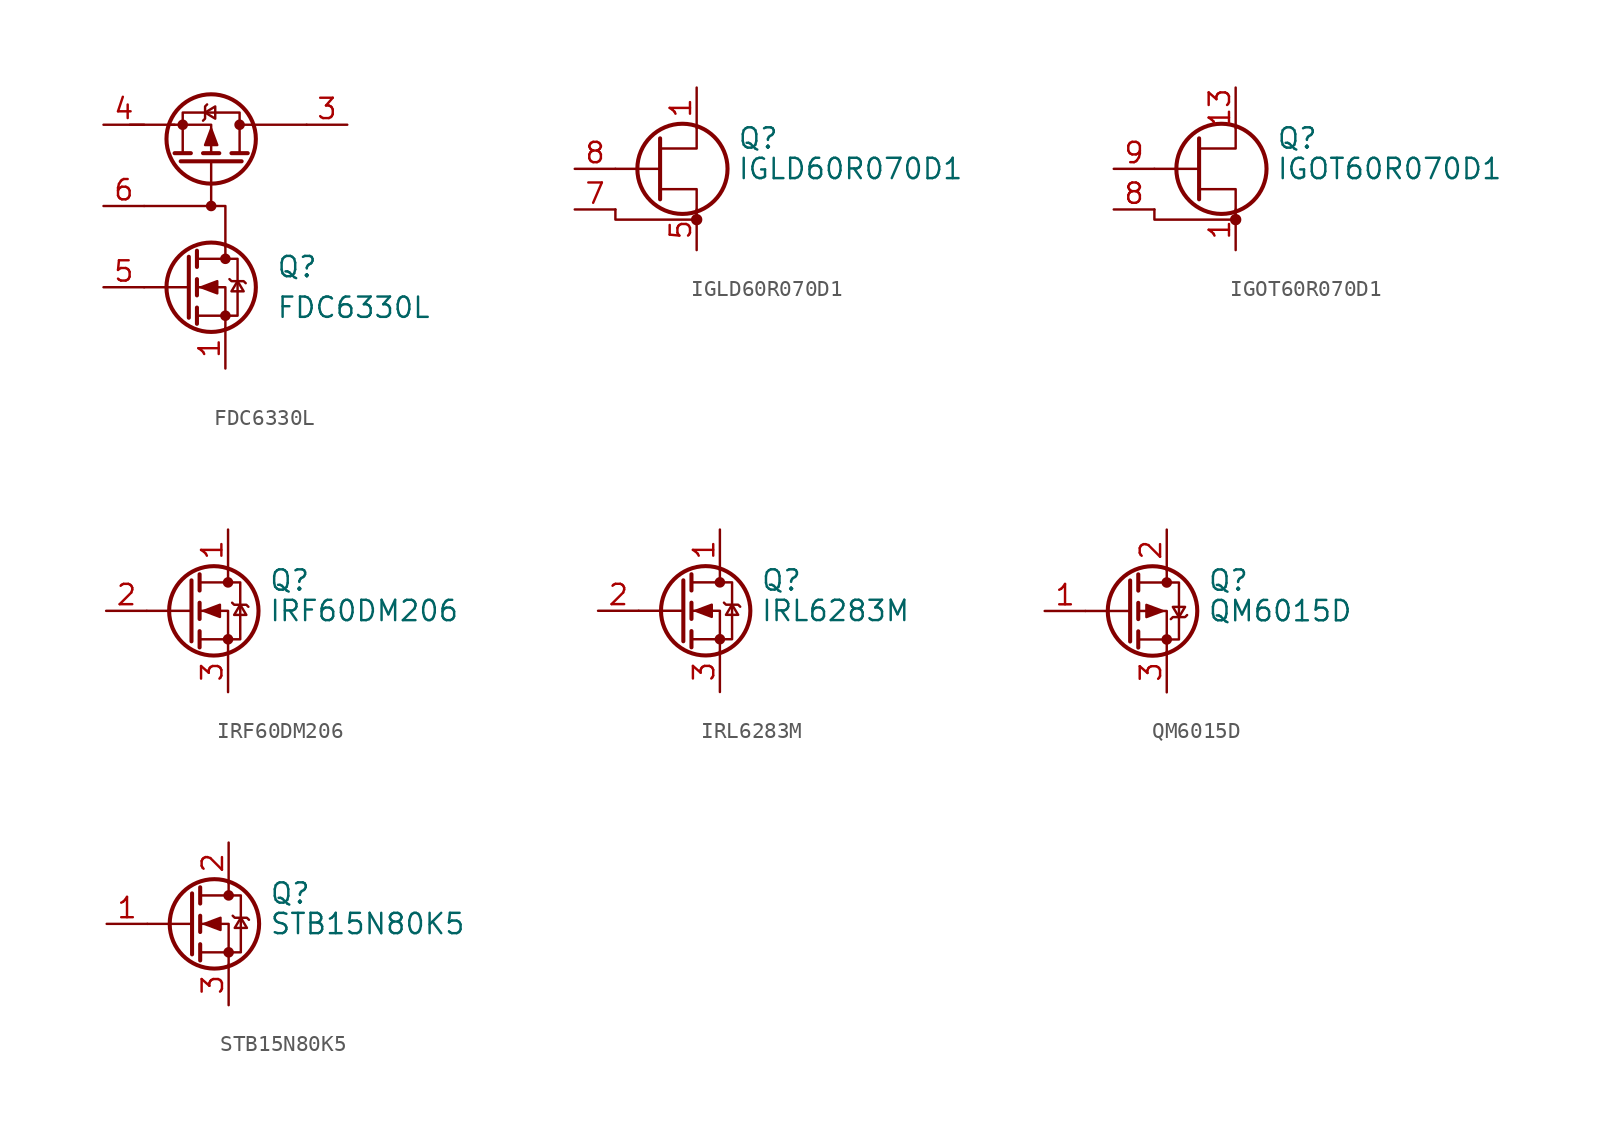
<source format=kicad_sym>
(kicad_symbol_lib
  (version 20201005)
  (generator kicad_symbol_editor)
  (symbol "FDC6330L"
    (pin_names hide)
    (property "Reference" "Q"
      (at 3.175 -1.27 0)
      (effects (font (size 1.27 1.27)) (justify left)))
    (property "Value" "FDC6330L"
      (at 3.175 -3.81 0)
      (effects (font (size 1.27 1.27)) (justify left)))
    (symbol "FDC6330L_0_1"
      (circle (center -0.889 -2.54) (radius 2.794) (stroke (width 0.254)) (fill (type none)))
      (circle (center 0 -4.318) (radius 0.254) (stroke (width 0)) (fill (type outline)))
      (circle (center 0 -0.762) (radius 0.254) (stroke (width 0)) (fill (type outline)))
      (polyline (pts (xy -2.286 -2.54) (xy -5.08 -2.54)) (stroke (width 0)) (fill (type none)))
      (polyline (pts (xy -2.286 -0.635) (xy -2.286 -4.445)) (stroke (width 0.254)) (fill (type none)))
      (polyline (pts (xy -1.778 -3.81) (xy -1.778 -4.826)) (stroke (width 0.254)) (fill (type none)))
      (polyline (pts (xy -1.778 -2.032) (xy -1.778 -3.048)) (stroke (width 0.254)) (fill (type none)))
      (polyline (pts (xy -1.778 -0.254) (xy -1.778 -1.27)) (stroke (width 0.254)) (fill (type none)))
      (polyline (pts (xy 0 0) (xy 0 -0.762)) (stroke (width 0)) (fill (type none)))
      (polyline (pts (xy 5.08 7.62) (xy 1.651 7.62)) (stroke (width 0)) (fill (type none)))
      (polyline (pts (xy -5.08 2.54) (xy 0 2.54) (xy 0 0)) (stroke (width 0)) (fill (type none)))
      (polyline (pts (xy 0 -5.08) (xy 0 -2.54) (xy -1.778 -2.54)) (stroke (width 0)) (fill (type none)))
      (polyline (pts (xy -1.778 -4.318) (xy 0.762 -4.318) (xy 0.762 -0.762) (xy -1.778 -0.762)) (stroke (width 0)) (fill (type none))))
    (symbol "FDC6330L_1_1"
      (circle (center -0.889 6.731) (radius 2.794) (stroke (width 0.254)) (fill (type none)))
      (circle (center -2.667 7.62) (radius 0.254) (stroke (width 0)) (fill (type outline)))
      (circle (center -0.889 2.54) (radius 0.254) (stroke (width 0)) (fill (type outline)))
      (circle (center 0.889 7.62) (radius 0.254) (stroke (width 0)) (fill (type outline)))
      (polyline (pts (xy -3.175 7.62) (xy -5.969 7.62)) (stroke (width 0)) (fill (type none)))
      (polyline (pts (xy -2.159 5.842) (xy -3.175 5.842)) (stroke (width 0.254)) (fill (type none)))
      (polyline (pts (xy -0.889 5.334) (xy -0.889 2.54)) (stroke (width 0)) (fill (type none)))
      (polyline (pts (xy -0.381 5.842) (xy -1.397 5.842)) (stroke (width 0.254)) (fill (type none)))
      (polyline (pts (xy 1.016 5.334) (xy -2.794 5.334)) (stroke (width 0.254)) (fill (type none)))
      (polyline (pts (xy 1.397 5.842) (xy 0.381 5.842)) (stroke (width 0.254)) (fill (type none)))
      (polyline (pts (xy 1.651 7.62) (xy 0.889 7.62)) (stroke (width 0)) (fill (type none)))
      (polyline (pts (xy -3.429 7.62) (xy -0.889 7.62) (xy -0.889 5.842)) (stroke (width 0)) (fill (type none)))
      (polyline (pts (xy -2.667 5.842) (xy -2.667 8.382) (xy 0.889 8.382) (xy 0.889 5.842)) (stroke (width 0)) (fill (type none)))
      (polyline (pts (xy -1.397 7.874) (xy -1.27 8.001) (xy -1.27 8.763) (xy -1.143 8.89)) (stroke (width 0)) (fill (type none)))
      (polyline (pts (xy -1.27 8.382) (xy -0.635 8.001) (xy -0.635 8.763) (xy -1.27 8.382)) (stroke (width 0)) (fill (type none)))
      (polyline (pts (xy 0.254 -2.032) (xy 0.381 -2.159) (xy 1.143 -2.159) (xy 1.27 -2.286)) (stroke (width 0)) (fill (type none)))
      (polyline (pts (xy 0.762 -2.159) (xy 0.381 -2.794) (xy 1.143 -2.794) (xy 0.762 -2.159)) (stroke (width 0)) (fill (type none)))
      (polyline (pts (xy -1.524 -2.54) (xy -0.508 -2.159) (xy -0.508 -2.921) (xy -1.524 -2.54)) (stroke (width 0)) (fill (type outline)))
      (polyline (pts (xy -0.889 7.366) (xy -0.508 6.35) (xy -1.27 6.35) (xy -0.889 7.366)) (stroke (width 0)) (fill (type outline)))
      (pin passive line (at 0 -7.62 90) (length 2.54) (name "S1" (effects (font (size 1.27 1.27)))) (number "1" (effects (font (size 1.27 1.27)))))
      (pin passive line (at 7.62 7.62 180) (length 2.54) hide (name "D2" (effects (font (size 1.27 1.27)))) (number "2" (effects (font (size 1.27 1.27)))))
      (pin passive line (at 7.62 7.62 180) (length 2.54) (name "D2" (effects (font (size 1.27 1.27)))) (number "3" (effects (font (size 1.27 1.27)))))
      (pin passive line (at -7.62 7.62 0) (length 2.54) (name "S2" (effects (font (size 1.27 1.27)))) (number "4" (effects (font (size 1.27 1.27)))))
      (pin passive line (at -7.62 -2.54 0) (length 2.54) (name "G1" (effects (font (size 1.27 1.27)))) (number "5" (effects (font (size 1.27 1.27)))))
      (pin passive line (at -7.62 2.54 0) (length 2.54) (name "D1" (effects (font (size 1.27 1.27)))) (number "6" (effects (font (size 1.27 1.27)))))))
  (symbol "IGLD60R070D1"
    (pin_names
      (offset 0) hide)
    (property "Reference" "Q"
      (at 5.08 1.905 0)
      (effects (font (size 1.27 1.27)) (justify left)))
    (property "Value" "IGLD60R070D1"
      (at 5.08 0 0)
      (effects (font (size 1.27 1.27)) (justify left)))
    (symbol "IGLD60R070D1_0_1"
      (circle (center 1.651 0) (radius 2.819) (stroke (width 0.254)) (fill (type none)))
      (circle (center 2.54 -3.175) (radius 0.279) (stroke (width 0)) (fill (type outline)))
      (polyline (pts (xy -2.54 0) (xy 0.254 0)) (stroke (width 0)) (fill (type none)))
      (polyline (pts (xy -2.54 -2.54) (xy -2.54 -3.175) (xy 2.54 -3.175)) (stroke (width 0)) (fill (type none)))
      (polyline (pts (xy 0.254 -1.27) (xy 2.54 -1.27) (xy 2.54 -2.54)) (stroke (width 0)) (fill (type none)))
      (polyline (pts (xy 0.254 1.905) (xy 0.254 -1.905) (xy 0.254 -1.905)) (stroke (width 0.254)) (fill (type none)))
      (polyline (pts (xy 2.54 2.54) (xy 2.54 1.27) (xy 0.254 1.27)) (stroke (width 0)) (fill (type none))))
    (symbol "IGLD60R070D1_1_1"
      (pin passive line (at 2.54 5.08 270) (length 2.54) (name "D" (effects (font (size 1.27 1.27)))) (number "1" (effects (font (size 1.27 1.27)))))
      (pin passive line (at 2.54 5.08 270) (length 2.54) hide (name "D" (effects (font (size 1.27 1.27)))) (number "2" (effects (font (size 1.27 1.27)))))
      (pin passive line (at 2.54 5.08 270) (length 2.54) hide (name "D" (effects (font (size 1.27 1.27)))) (number "3" (effects (font (size 1.27 1.27)))))
      (pin passive line (at 2.54 5.08 270) (length 2.54) hide (name "D" (effects (font (size 1.27 1.27)))) (number "4" (effects (font (size 1.27 1.27)))))
      (pin passive line (at 2.54 -5.08 90) (length 2.54) (name "S" (effects (font (size 1.27 1.27)))) (number "5" (effects (font (size 1.27 1.27)))))
      (pin passive line (at 2.54 -5.08 90) (length 2.54) hide (name "S" (effects (font (size 1.27 1.27)))) (number "6" (effects (font (size 1.27 1.27)))))
      (pin passive line (at -5.08 -2.54 0) (length 2.54) (name "SS" (effects (font (size 1.27 1.27)))) (number "7" (effects (font (size 1.27 1.27)))))
      (pin input line (at -5.08 0 0) (length 2.54) (name "G" (effects (font (size 1.27 1.27)))) (number "8" (effects (font (size 1.27 1.27)))))
      (pin passive line (at 2.54 -5.08 90) (length 2.54) hide (name "S" (effects (font (size 1.27 1.27)))) (number "9" (effects (font (size 1.27 1.27)))))))
  (symbol "IGOT60R070D1"
    (pin_names
      (offset 0) hide)
    (property "Reference" "Q"
      (at 5.08 1.905 0)
      (effects (font (size 1.27 1.27)) (justify left)))
    (property "Value" "IGOT60R070D1"
      (at 5.08 0 0)
      (effects (font (size 1.27 1.27)) (justify left)))
    (symbol "IGOT60R070D1_0_1"
      (circle (center 1.651 0) (radius 2.819) (stroke (width 0.254)) (fill (type none)))
      (circle (center 2.54 -3.175) (radius 0.279) (stroke (width 0)) (fill (type outline)))
      (polyline (pts (xy -2.54 0) (xy 0.254 0)) (stroke (width 0)) (fill (type none)))
      (polyline (pts (xy -2.54 -2.54) (xy -2.54 -3.175) (xy 2.54 -3.175)) (stroke (width 0)) (fill (type none)))
      (polyline (pts (xy 0.254 -1.27) (xy 2.54 -1.27) (xy 2.54 -2.54)) (stroke (width 0)) (fill (type none)))
      (polyline (pts (xy 0.254 1.905) (xy 0.254 -1.905) (xy 0.254 -1.905)) (stroke (width 0.254)) (fill (type none)))
      (polyline (pts (xy 2.54 2.54) (xy 2.54 1.27) (xy 0.254 1.27)) (stroke (width 0)) (fill (type none))))
    (symbol "IGOT60R070D1_1_1"
      (pin passive line (at 2.54 -5.08 90) (length 2.54) (name "S" (effects (font (size 1.27 1.27)))) (number "1" (effects (font (size 1.27 1.27)))))
      (pin input line (at -5.08 0 0) (length 2.54) hide (name "G" (effects (font (size 1.27 1.27)))) (number "10" (effects (font (size 1.27 1.27)))))
      (pin passive line (at 2.54 5.08 270) (length 2.54) (name "D" (effects (font (size 1.27 1.27)))) (number "13" (effects (font (size 1.27 1.27)))))
      (pin passive line (at 2.54 5.08 270) (length 2.54) hide (name "D" (effects (font (size 1.27 1.27)))) (number "14" (effects (font (size 1.27 1.27)))))
      (pin passive line (at 2.54 5.08 270) (length 2.54) hide (name "D" (effects (font (size 1.27 1.27)))) (number "15" (effects (font (size 1.27 1.27)))))
      (pin passive line (at 2.54 5.08 270) (length 2.54) hide (name "D" (effects (font (size 1.27 1.27)))) (number "16" (effects (font (size 1.27 1.27)))))
      (pin passive line (at 2.54 5.08 270) (length 2.54) hide (name "D" (effects (font (size 1.27 1.27)))) (number "17" (effects (font (size 1.27 1.27)))))
      (pin passive line (at 2.54 5.08 270) (length 2.54) hide (name "D" (effects (font (size 1.27 1.27)))) (number "18" (effects (font (size 1.27 1.27)))))
      (pin passive line (at 2.54 -5.08 90) (length 2.54) hide (name "S" (effects (font (size 1.27 1.27)))) (number "2" (effects (font (size 1.27 1.27)))))
      (pin passive line (at 2.54 -5.08 90) (length 2.54) hide (name "S" (effects (font (size 1.27 1.27)))) (number "3" (effects (font (size 1.27 1.27)))))
      (pin passive line (at 2.54 -5.08 90) (length 2.54) hide (name "S" (effects (font (size 1.27 1.27)))) (number "4" (effects (font (size 1.27 1.27)))))
      (pin passive line (at 2.54 -5.08 90) (length 2.54) hide (name "S" (effects (font (size 1.27 1.27)))) (number "5" (effects (font (size 1.27 1.27)))))
      (pin passive line (at 2.54 -5.08 90) (length 2.54) hide (name "S" (effects (font (size 1.27 1.27)))) (number "6" (effects (font (size 1.27 1.27)))))
      (pin passive line (at 2.54 -5.08 90) (length 2.54) hide (name "S" (effects (font (size 1.27 1.27)))) (number "7" (effects (font (size 1.27 1.27)))))
      (pin passive line (at -5.08 -2.54 0) (length 2.54) (name "SS" (effects (font (size 1.27 1.27)))) (number "8" (effects (font (size 1.27 1.27)))))
      (pin input line (at -5.08 0 0) (length 2.54) (name "G" (effects (font (size 1.27 1.27)))) (number "9" (effects (font (size 1.27 1.27)))))))
  (symbol "IRF60DM206"
    (pin_names hide)
    (property "Reference" "Q"
      (at 5.08 1.905 0)
      (effects (font (size 1.27 1.27)) (justify left)))
    (property "Value" "IRF60DM206"
      (at 5.08 0 0)
      (effects (font (size 1.27 1.27)) (justify left)))
    (symbol "IRF60DM206_0_1"
      (circle (center 1.651 0) (radius 2.794) (stroke (width 0.254)) (fill (type none)))
      (circle (center 2.54 -1.778) (radius 0.254) (stroke (width 0)) (fill (type outline)))
      (circle (center 2.54 1.778) (radius 0.254) (stroke (width 0)) (fill (type outline)))
      (polyline (pts (xy 0.254 0) (xy -2.54 0)) (stroke (width 0)) (fill (type none)))
      (polyline (pts (xy 0.254 1.905) (xy 0.254 -1.905)) (stroke (width 0.254)) (fill (type none)))
      (polyline (pts (xy 0.762 -1.27) (xy 0.762 -2.286)) (stroke (width 0.254)) (fill (type none)))
      (polyline (pts (xy 0.762 0.508) (xy 0.762 -0.508)) (stroke (width 0.254)) (fill (type none)))
      (polyline (pts (xy 0.762 2.286) (xy 0.762 1.27)) (stroke (width 0.254)) (fill (type none)))
      (polyline (pts (xy 2.54 2.54) (xy 2.54 1.778)) (stroke (width 0)) (fill (type none)))
      (polyline (pts (xy 2.54 -2.54) (xy 2.54 0) (xy 0.762 0)) (stroke (width 0)) (fill (type none)))
      (polyline (pts (xy 0.762 -1.778) (xy 3.302 -1.778) (xy 3.302 1.778) (xy 0.762 1.778)) (stroke (width 0)) (fill (type none)))
      (polyline (pts (xy 2.794 0.508) (xy 2.921 0.381) (xy 3.683 0.381) (xy 3.81 0.254)) (stroke (width 0)) (fill (type none)))
      (polyline (pts (xy 3.302 0.381) (xy 2.921 -0.254) (xy 3.683 -0.254) (xy 3.302 0.381)) (stroke (width 0)) (fill (type none)))
      (polyline (pts (xy 1.016 0) (xy 2.032 0.381) (xy 2.032 -0.381) (xy 1.016 0)) (stroke (width 0)) (fill (type outline))))
    (symbol "IRF60DM206_1_1"
      (pin passive line (at 2.54 5.08 270) (length 2.54) (name "D" (effects (font (size 1.27 1.27)))) (number "1" (effects (font (size 1.27 1.27)))))
      (pin input line (at -5.08 0 0) (length 2.54) (name "G" (effects (font (size 1.27 1.27)))) (number "2" (effects (font (size 1.27 1.27)))))
      (pin passive line (at 2.54 -5.08 90) (length 2.54) (name "S" (effects (font (size 1.27 1.27)))) (number "3" (effects (font (size 1.27 1.27)))))))
  (symbol "IRL6283M"
    (pin_names hide)
    (property "Reference" "Q"
      (at 5.08 1.905 0)
      (effects (font (size 1.27 1.27)) (justify left)))
    (property "Value" "IRL6283M"
      (at 5.08 0 0)
      (effects (font (size 1.27 1.27)) (justify left)))
    (symbol "IRL6283M_0_1"
      (circle (center 1.651 0) (radius 2.794) (stroke (width 0.254)) (fill (type none)))
      (circle (center 2.54 -1.778) (radius 0.254) (stroke (width 0)) (fill (type outline)))
      (circle (center 2.54 1.778) (radius 0.254) (stroke (width 0)) (fill (type outline)))
      (polyline (pts (xy 0.254 0) (xy -2.54 0)) (stroke (width 0)) (fill (type none)))
      (polyline (pts (xy 0.254 1.905) (xy 0.254 -1.905)) (stroke (width 0.254)) (fill (type none)))
      (polyline (pts (xy 0.762 -1.27) (xy 0.762 -2.286)) (stroke (width 0.254)) (fill (type none)))
      (polyline (pts (xy 0.762 0.508) (xy 0.762 -0.508)) (stroke (width 0.254)) (fill (type none)))
      (polyline (pts (xy 0.762 2.286) (xy 0.762 1.27)) (stroke (width 0.254)) (fill (type none)))
      (polyline (pts (xy 2.54 2.54) (xy 2.54 1.778)) (stroke (width 0)) (fill (type none)))
      (polyline (pts (xy 2.54 -2.54) (xy 2.54 0) (xy 0.762 0)) (stroke (width 0)) (fill (type none)))
      (polyline (pts (xy 0.762 -1.778) (xy 3.302 -1.778) (xy 3.302 1.778) (xy 0.762 1.778)) (stroke (width 0)) (fill (type none)))
      (polyline (pts (xy 2.794 0.508) (xy 2.921 0.381) (xy 3.683 0.381) (xy 3.81 0.254)) (stroke (width 0)) (fill (type none)))
      (polyline (pts (xy 3.302 0.381) (xy 2.921 -0.254) (xy 3.683 -0.254) (xy 3.302 0.381)) (stroke (width 0)) (fill (type none)))
      (polyline (pts (xy 1.016 0) (xy 2.032 0.381) (xy 2.032 -0.381) (xy 1.016 0)) (stroke (width 0)) (fill (type outline))))
    (symbol "IRL6283M_1_1"
      (pin passive line (at 2.54 5.08 270) (length 2.54) (name "D" (effects (font (size 1.27 1.27)))) (number "1" (effects (font (size 1.27 1.27)))))
      (pin input line (at -5.08 0 0) (length 2.54) (name "G" (effects (font (size 1.27 1.27)))) (number "2" (effects (font (size 1.27 1.27)))))
      (pin passive line (at 2.54 -5.08 90) (length 2.54) (name "S" (effects (font (size 1.27 1.27)))) (number "3" (effects (font (size 1.27 1.27)))))))
  (symbol "QM6015D"
    (pin_names hide)
    (property "Reference" "Q"
      (at 5.08 1.905 0)
      (effects (font (size 1.27 1.27)) (justify left)))
    (property "Value" "QM6015D"
      (at 5.08 0 0)
      (effects (font (size 1.27 1.27)) (justify left)))
    (symbol "QM6015D_0_1"
      (circle (center 1.651 0) (radius 2.794) (stroke (width 0.254)) (fill (type none)))
      (circle (center 2.54 -1.778) (radius 0.254) (stroke (width 0)) (fill (type outline)))
      (circle (center 2.54 1.778) (radius 0.254) (stroke (width 0)) (fill (type outline)))
      (polyline (pts (xy 0.254 0) (xy -2.54 0)) (stroke (width 0)) (fill (type none)))
      (polyline (pts (xy 0.254 1.905) (xy 0.254 -1.905)) (stroke (width 0.254)) (fill (type none)))
      (polyline (pts (xy 0.762 -1.27) (xy 0.762 -2.286)) (stroke (width 0.254)) (fill (type none)))
      (polyline (pts (xy 0.762 0.508) (xy 0.762 -0.508)) (stroke (width 0.254)) (fill (type none)))
      (polyline (pts (xy 0.762 2.286) (xy 0.762 1.27)) (stroke (width 0.254)) (fill (type none)))
      (polyline (pts (xy 2.54 2.54) (xy 2.54 1.778)) (stroke (width 0)) (fill (type none)))
      (polyline (pts (xy 2.54 -2.54) (xy 2.54 0) (xy 0.762 0)) (stroke (width 0)) (fill (type none)))
      (polyline (pts (xy 0.762 1.778) (xy 3.302 1.778) (xy 3.302 -1.778) (xy 0.762 -1.778)) (stroke (width 0)) (fill (type none)))
      (polyline (pts (xy 2.794 -0.508) (xy 2.921 -0.381) (xy 3.683 -0.381) (xy 3.81 -0.254)) (stroke (width 0)) (fill (type none)))
      (polyline (pts (xy 3.302 -0.381) (xy 2.921 0.254) (xy 3.683 0.254) (xy 3.302 -0.381)) (stroke (width 0)) (fill (type none)))
      (polyline (pts (xy 2.286 0) (xy 1.27 0.381) (xy 1.27 -0.381) (xy 2.286 0)) (stroke (width 0)) (fill (type outline))))
    (symbol "QM6015D_1_1"
      (pin passive line (at -5.08 0 0) (length 2.54) (name "G" (effects (font (size 1.27 1.27)))) (number "1" (effects (font (size 1.27 1.27)))))
      (pin passive line (at 2.54 5.08 270) (length 2.54) (name "D" (effects (font (size 1.27 1.27)))) (number "2" (effects (font (size 1.27 1.27)))))
      (pin passive line (at 2.54 -5.08 90) (length 2.54) (name "S" (effects (font (size 1.27 1.27)))) (number "3" (effects (font (size 1.27 1.27)))))))
  (symbol "STB15N80K5"
    (pin_names hide)
    (property "Reference" "Q"
      (at 5.08 1.905 0)
      (effects (font (size 1.27 1.27)) (justify left)))
    (property "Value" "STB15N80K5"
      (at 5.08 0 0)
      (effects (font (size 1.27 1.27)) (justify left)))
    (symbol "STB15N80K5_0_1"
      (circle (center 1.651 0) (radius 2.794) (stroke (width 0.254)) (fill (type none)))
      (circle (center 2.54 -1.778) (radius 0.254) (stroke (width 0)) (fill (type outline)))
      (circle (center 2.54 1.778) (radius 0.254) (stroke (width 0)) (fill (type outline)))
      (polyline (pts (xy 0.254 0) (xy -2.54 0)) (stroke (width 0)) (fill (type none)))
      (polyline (pts (xy 0.254 1.905) (xy 0.254 -1.905)) (stroke (width 0.254)) (fill (type none)))
      (polyline (pts (xy 0.762 -1.27) (xy 0.762 -2.286)) (stroke (width 0.254)) (fill (type none)))
      (polyline (pts (xy 0.762 0.508) (xy 0.762 -0.508)) (stroke (width 0.254)) (fill (type none)))
      (polyline (pts (xy 0.762 2.286) (xy 0.762 1.27)) (stroke (width 0.254)) (fill (type none)))
      (polyline (pts (xy 2.54 2.54) (xy 2.54 1.778)) (stroke (width 0)) (fill (type none)))
      (polyline (pts (xy 2.54 -2.54) (xy 2.54 0) (xy 0.762 0)) (stroke (width 0)) (fill (type none)))
      (polyline (pts (xy 0.762 -1.778) (xy 3.302 -1.778) (xy 3.302 1.778) (xy 0.762 1.778)) (stroke (width 0)) (fill (type none)))
      (polyline (pts (xy 2.794 0.508) (xy 2.921 0.381) (xy 3.683 0.381) (xy 3.81 0.254)) (stroke (width 0)) (fill (type none)))
      (polyline (pts (xy 3.302 0.381) (xy 2.921 -0.254) (xy 3.683 -0.254) (xy 3.302 0.381)) (stroke (width 0)) (fill (type none)))
      (polyline (pts (xy 1.016 0) (xy 2.032 0.381) (xy 2.032 -0.381) (xy 1.016 0)) (stroke (width 0)) (fill (type outline))))
    (symbol "STB15N80K5_1_1"
      (pin passive line (at -5.08 0 0) (length 2.54) (name "G" (effects (font (size 1.27 1.27)))) (number "1" (effects (font (size 1.27 1.27)))))
      (pin passive line (at 2.54 5.08 270) (length 2.54) (name "D" (effects (font (size 1.27 1.27)))) (number "2" (effects (font (size 1.27 1.27)))))
      (pin passive line (at 2.54 -5.08 90) (length 2.54) (name "S" (effects (font (size 1.27 1.27)))) (number "3" (effects (font (size 1.27 1.27))))))))
</source>
